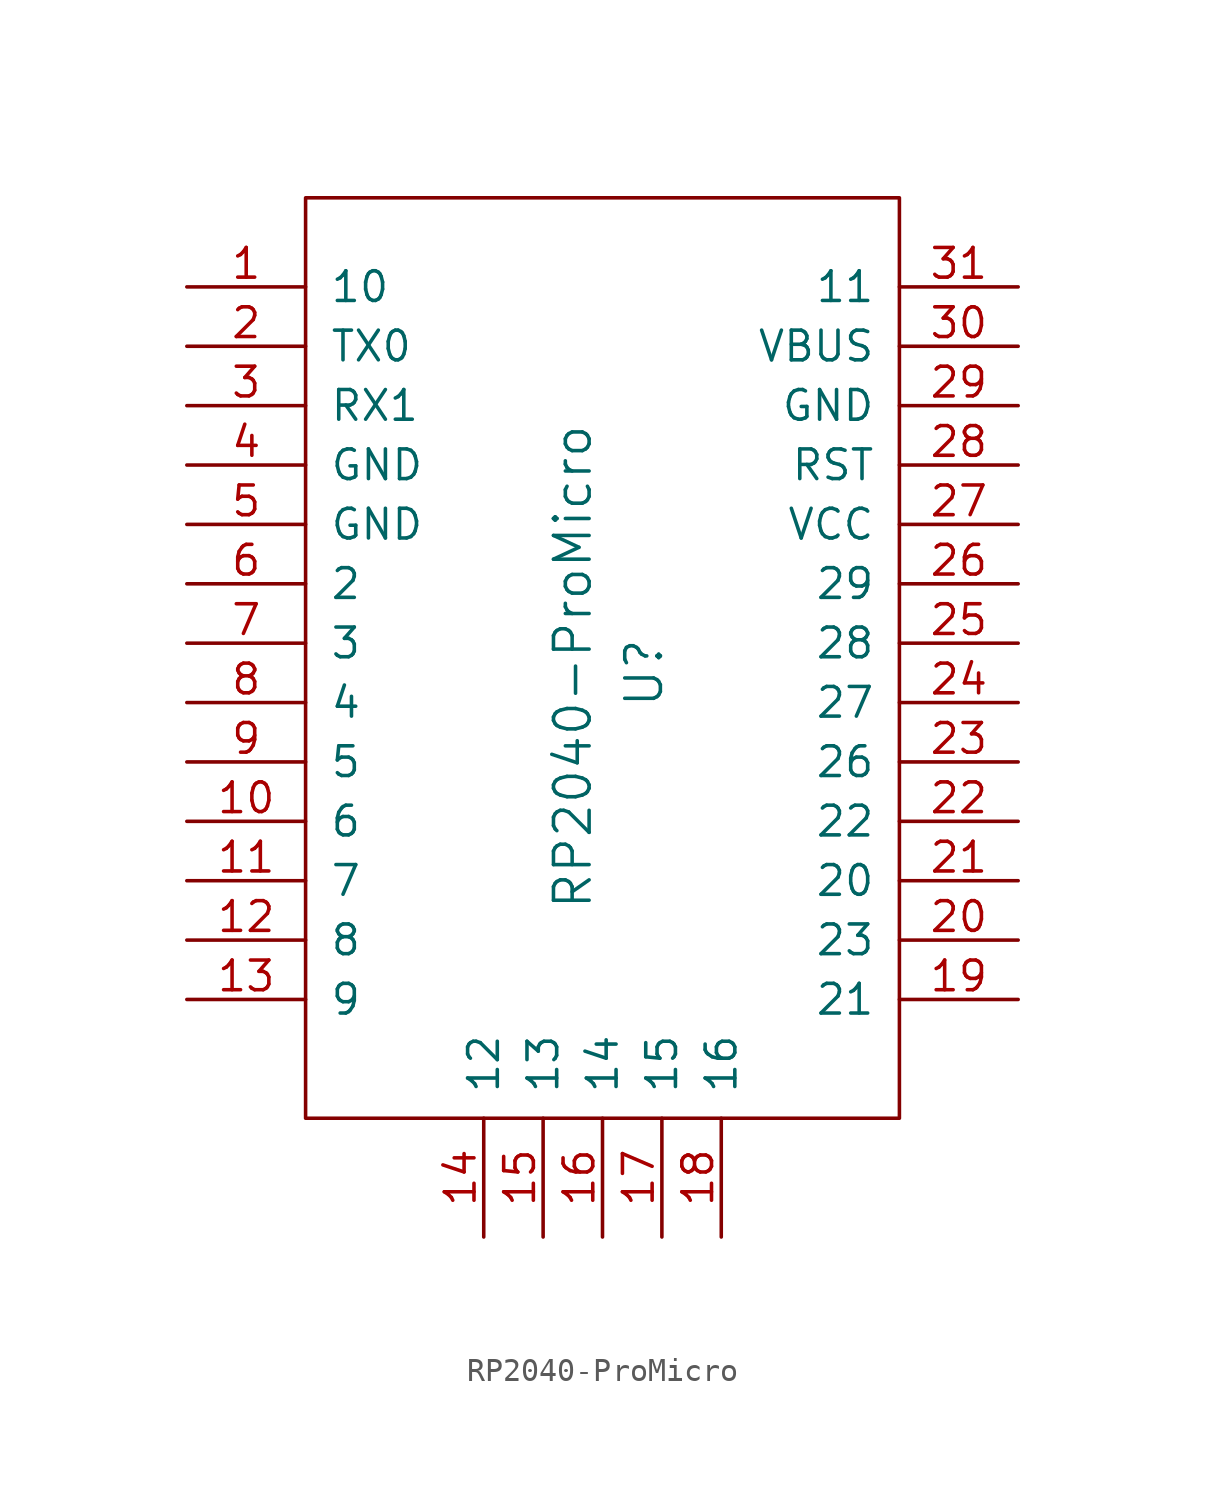
<source format=kicad_sym>
(kicad_symbol_lib
  (version 20231120)
  (generator "kicad_symbol_editor")
  (generator_version "8.0")
  (symbol "RP2040-ProMicro"
    (pin_names
      (offset 1.016))
    (property "Reference" "U"
      (at 1.778 0 90)
      (effects (font (size 1.524 1.524))))
    (property "Value" "RP2040-ProMicro"
      (at -1.27 0.254 90)
      (effects (font (size 1.524 1.524))))
    (symbol "RP2040-ProMicro_0_1"
      (rectangle (start -12.7 20.32) (end 12.7 -19.05) (stroke (width 0) (type solid)) (fill (type none))))
    (symbol "RP2040-ProMicro_1_1"
      (pin input line (at -17.78 16.51 0) (length 5.08) (name "10" (effects (font (size 1.27 1.27)))) (number "1" (effects (font (size 1.27 1.27)))))
      (pin input line (at -17.78 -6.35 0) (length 5.08) (name "6" (effects (font (size 1.27 1.27)))) (number "10" (effects (font (size 1.27 1.27)))))
      (pin input line (at -17.78 -8.89 0) (length 5.08) (name "7" (effects (font (size 1.27 1.27)))) (number "11" (effects (font (size 1.27 1.27)))))
      (pin input line (at -17.78 -11.43 0) (length 5.08) (name "8" (effects (font (size 1.27 1.27)))) (number "12" (effects (font (size 1.27 1.27)))))
      (pin input line (at -17.78 -13.97 0) (length 5.08) (name "9" (effects (font (size 1.27 1.27)))) (number "13" (effects (font (size 1.27 1.27)))))
      (pin input line (at -5.08 -24.13 90) (length 5.08) (name "12" (effects (font (size 1.27 1.27)))) (number "14" (effects (font (size 1.27 1.27)))))
      (pin input line (at -2.54 -24.13 90) (length 5.08) (name "13" (effects (font (size 1.27 1.27)))) (number "15" (effects (font (size 1.27 1.27)))))
      (pin input line (at 0 -24.13 90) (length 5.08) (name "14" (effects (font (size 1.27 1.27)))) (number "16" (effects (font (size 1.27 1.27)))))
      (pin input line (at 2.54 -24.13 90) (length 5.08) (name "15" (effects (font (size 1.27 1.27)))) (number "17" (effects (font (size 1.27 1.27)))))
      (pin input line (at 5.08 -24.13 90) (length 5.08) (name "16" (effects (font (size 1.27 1.27)))) (number "18" (effects (font (size 1.27 1.27)))))
      (pin input line (at 17.78 -13.97 180) (length 5.08) (name "21" (effects (font (size 1.27 1.27)))) (number "19" (effects (font (size 1.27 1.27)))))
      (pin input line (at -17.78 13.97 0) (length 5.08) (name "TX0" (effects (font (size 1.27 1.27)))) (number "2" (effects (font (size 1.27 1.27)))))
      (pin input line (at 17.78 -11.43 180) (length 5.08) (name "23" (effects (font (size 1.27 1.27)))) (number "20" (effects (font (size 1.27 1.27)))))
      (pin input line (at 17.78 -8.89 180) (length 5.08) (name "20" (effects (font (size 1.27 1.27)))) (number "21" (effects (font (size 1.27 1.27)))))
      (pin input line (at 17.78 -6.35 180) (length 5.08) (name "22" (effects (font (size 1.27 1.27)))) (number "22" (effects (font (size 1.27 1.27)))))
      (pin input line (at 17.78 -3.81 180) (length 5.08) (name "26" (effects (font (size 1.27 1.27)))) (number "23" (effects (font (size 1.27 1.27)))))
      (pin input line (at 17.78 -1.27 180) (length 5.08) (name "27" (effects (font (size 1.27 1.27)))) (number "24" (effects (font (size 1.27 1.27)))))
      (pin input line (at 17.78 1.27 180) (length 5.08) (name "28" (effects (font (size 1.27 1.27)))) (number "25" (effects (font (size 1.27 1.27)))))
      (pin input line (at 17.78 3.81 180) (length 5.08) (name "29" (effects (font (size 1.27 1.27)))) (number "26" (effects (font (size 1.27 1.27)))))
      (pin input line (at 17.78 6.35 180) (length 5.08) (name "VCC" (effects (font (size 1.27 1.27)))) (number "27" (effects (font (size 1.27 1.27)))))
      (pin input line (at 17.78 8.89 180) (length 5.08) (name "RST" (effects (font (size 1.27 1.27)))) (number "28" (effects (font (size 1.27 1.27)))))
      (pin input line (at 17.78 11.43 180) (length 5.08) (name "GND" (effects (font (size 1.27 1.27)))) (number "29" (effects (font (size 1.27 1.27)))))
      (pin input line (at -17.78 11.43 0) (length 5.08) (name "RX1" (effects (font (size 1.27 1.27)))) (number "3" (effects (font (size 1.27 1.27)))))
      (pin input line (at 17.78 13.97 180) (length 5.08) (name "VBUS" (effects (font (size 1.27 1.27)))) (number "30" (effects (font (size 1.27 1.27)))))
      (pin input line (at 17.78 16.51 180) (length 5.08) (name "11" (effects (font (size 1.27 1.27)))) (number "31" (effects (font (size 1.27 1.27)))))
      (pin input line (at -17.78 8.89 0) (length 5.08) (name "GND" (effects (font (size 1.27 1.27)))) (number "4" (effects (font (size 1.27 1.27)))))
      (pin input line (at -17.78 6.35 0) (length 5.08) (name "GND" (effects (font (size 1.27 1.27)))) (number "5" (effects (font (size 1.27 1.27)))))
      (pin input line (at -17.78 3.81 0) (length 5.08) (name "2" (effects (font (size 1.27 1.27)))) (number "6" (effects (font (size 1.27 1.27)))))
      (pin input line (at -17.78 1.27 0) (length 5.08) (name "3" (effects (font (size 1.27 1.27)))) (number "7" (effects (font (size 1.27 1.27)))))
      (pin input line (at -17.78 -1.27 0) (length 5.08) (name "4" (effects (font (size 1.27 1.27)))) (number "8" (effects (font (size 1.27 1.27)))))
      (pin input line (at -17.78 -3.81 0) (length 5.08) (name "5" (effects (font (size 1.27 1.27)))) (number "9" (effects (font (size 1.27 1.27))))))))
</source>
